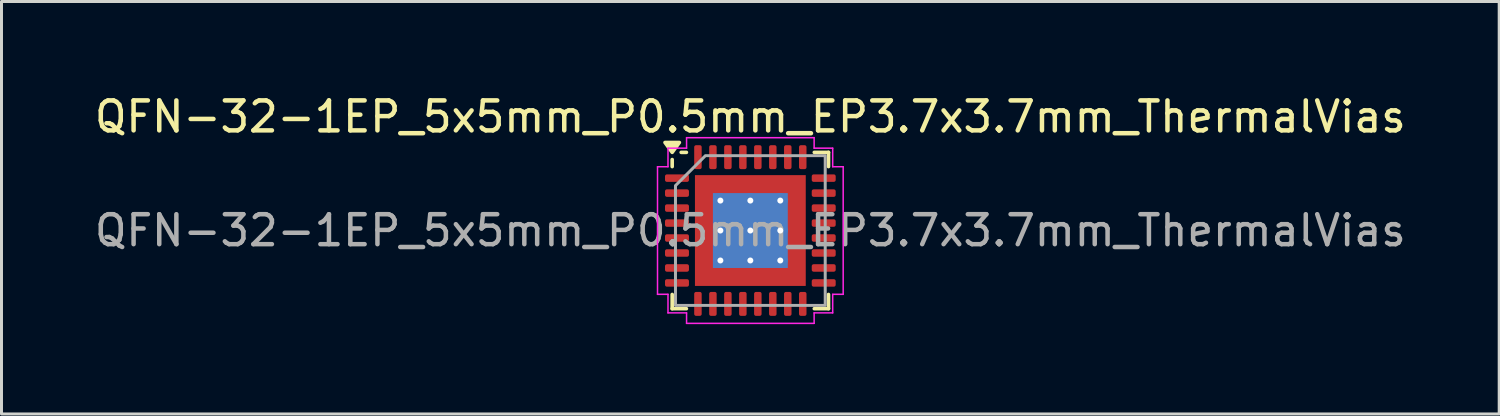
<source format=kicad_pcb>
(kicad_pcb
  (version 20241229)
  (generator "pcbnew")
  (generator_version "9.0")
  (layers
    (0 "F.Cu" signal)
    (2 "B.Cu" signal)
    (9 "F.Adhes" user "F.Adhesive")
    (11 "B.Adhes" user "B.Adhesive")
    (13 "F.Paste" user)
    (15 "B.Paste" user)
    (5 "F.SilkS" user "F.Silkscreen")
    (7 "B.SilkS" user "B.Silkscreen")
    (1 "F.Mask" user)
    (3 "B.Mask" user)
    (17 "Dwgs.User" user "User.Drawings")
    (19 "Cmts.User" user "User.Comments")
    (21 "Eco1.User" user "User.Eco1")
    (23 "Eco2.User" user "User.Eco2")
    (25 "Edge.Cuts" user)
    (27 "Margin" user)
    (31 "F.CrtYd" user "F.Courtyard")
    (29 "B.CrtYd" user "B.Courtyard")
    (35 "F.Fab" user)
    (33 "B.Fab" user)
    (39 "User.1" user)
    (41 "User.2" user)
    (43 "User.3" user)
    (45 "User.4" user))
  (footprint "QFN-32-1EP_5x5mm_P0.5mm_EP3.7x3.7mm_ThermalVias"
    (layer "F.Cu")
    (at 22.006 4.648)
    (property "Reference" "QFN-32-1EP_5x5mm_P0.5mm_EP3.7x3.7mm_ThermalVias" (at 0 -3.8 0) (layer "F.SilkS") (effects (font (size 1 1) (thickness 0.15))))
    (attr smd)
    (fp_line (start -2.61 -2.135) (end -2.61 -2.37) (stroke (width 0.12) (type solid)) (layer "F.SilkS"))
    (fp_line (start -2.61 2.61) (end -2.61 2.135) (stroke (width 0.12) (type solid)) (layer "F.SilkS"))
    (fp_line (start -2.135 -2.61) (end -2.31 -2.61) (stroke (width 0.12) (type solid)) (layer "F.SilkS"))
    (fp_line (start -2.135 2.61) (end -2.61 2.61) (stroke (width 0.12) (type solid)) (layer "F.SilkS"))
    (fp_line (start 2.135 -2.61) (end 2.61 -2.61) (stroke (width 0.12) (type solid)) (layer "F.SilkS"))
    (fp_line (start 2.135 2.61) (end 2.61 2.61) (stroke (width 0.12) (type solid)) (layer "F.SilkS"))
    (fp_line (start 2.61 -2.61) (end 2.61 -2.135) (stroke (width 0.12) (type solid)) (layer "F.SilkS"))
    (fp_line (start 2.61 2.61) (end 2.61 2.135) (stroke (width 0.12) (type solid)) (layer "F.SilkS"))
    (fp_poly (pts (xy -2.61 -2.61) (xy -2.85 -2.94) (xy -2.37 -2.94)) (stroke (width 0.12) (type solid)) (fill yes) (layer "F.SilkS"))
    (fp_line (start -3.1 -2.13) (end -2.75 -2.13) (stroke (width 0.05) (type solid)) (layer "F.CrtYd"))
    (fp_line (start -3.1 2.13) (end -3.1 -2.13) (stroke (width 0.05) (type solid)) (layer "F.CrtYd"))
    (fp_line (start -2.75 -2.75) (end -2.13 -2.75) (stroke (width 0.05) (type solid)) (layer "F.CrtYd"))
    (fp_line (start -2.75 -2.13) (end -2.75 -2.75) (stroke (width 0.05) (type solid)) (layer "F.CrtYd"))
    (fp_line (start -2.75 2.13) (end -3.1 2.13) (stroke (width 0.05) (type solid)) (layer "F.CrtYd"))
    (fp_line (start -2.75 2.75) (end -2.75 2.13) (stroke (width 0.05) (type solid)) (layer "F.CrtYd"))
    (fp_line (start -2.13 -3.1) (end 2.13 -3.1) (stroke (width 0.05) (type solid)) (layer "F.CrtYd"))
    (fp_line (start -2.13 -2.75) (end -2.13 -3.1) (stroke (width 0.05) (type solid)) (layer "F.CrtYd"))
    (fp_line (start -2.13 2.75) (end -2.75 2.75) (stroke (width 0.05) (type solid)) (layer "F.CrtYd"))
    (fp_line (start -2.13 3.1) (end -2.13 2.75) (stroke (width 0.05) (type solid)) (layer "F.CrtYd"))
    (fp_line (start 2.13 -3.1) (end 2.13 -2.75) (stroke (width 0.05) (type solid)) (layer "F.CrtYd"))
    (fp_line (start 2.13 -2.75) (end 2.75 -2.75) (stroke (width 0.05) (type solid)) (layer "F.CrtYd"))
    (fp_line (start 2.13 2.75) (end 2.13 3.1) (stroke (width 0.05) (type solid)) (layer "F.CrtYd"))
    (fp_line (start 2.13 3.1) (end -2.13 3.1) (stroke (width 0.05) (type solid)) (layer "F.CrtYd"))
    (fp_line (start 2.75 -2.75) (end 2.75 -2.13) (stroke (width 0.05) (type solid)) (layer "F.CrtYd"))
    (fp_line (start 2.75 -2.13) (end 3.1 -2.13) (stroke (width 0.05) (type solid)) (layer "F.CrtYd"))
    (fp_line (start 2.75 2.13) (end 2.75 2.75) (stroke (width 0.05) (type solid)) (layer "F.CrtYd"))
    (fp_line (start 2.75 2.75) (end 2.13 2.75) (stroke (width 0.05) (type solid)) (layer "F.CrtYd"))
    (fp_line (start 3.1 -2.13) (end 3.1 2.13) (stroke (width 0.05) (type solid)) (layer "F.CrtYd"))
    (fp_line (start 3.1 2.13) (end 2.75 2.13) (stroke (width 0.05) (type solid)) (layer "F.CrtYd"))
    (fp_poly (pts (xy -2.5 -1.5) (xy -2.5 2.5) (xy 2.5 2.5) (xy 2.5 -2.5) (xy -1.5 -2.5)) (stroke (width 0.1) (type solid)) (fill no) (layer "F.Fab"))
    (fp_text user "${REFERENCE}" (at 0 0 0) (layer "F.Fab") (effects (font (size 1 1) (thickness 0.15))))
    (pad "" smd roundrect (at -0.925 -0.925) (size 1.49 1.49) (layers "F.Paste") (roundrect_rratio 0.168))
    (pad "" smd roundrect (at -0.925 0.925) (size 1.49 1.49) (layers "F.Paste") (roundrect_rratio 0.168))
    (pad "" smd roundrect (at 0.925 -0.925) (size 1.49 1.49) (layers "F.Paste") (roundrect_rratio 0.168))
    (pad "" smd roundrect (at 0.925 0.925) (size 1.49 1.49) (layers "F.Paste") (roundrect_rratio 0.168))
    (pad "1" smd roundrect (at -2.45 -1.75) (size 0.8 0.25) (layers "F.Cu" "F.Mask" "F.Paste") (roundrect_rratio 0.25))
    (pad "2" smd roundrect (at -2.45 -1.25) (size 0.8 0.25) (layers "F.Cu" "F.Mask" "F.Paste") (roundrect_rratio 0.25))
    (pad "3" smd roundrect (at -2.45 -0.75) (size 0.8 0.25) (layers "F.Cu" "F.Mask" "F.Paste") (roundrect_rratio 0.25))
    (pad "4" smd roundrect (at -2.45 -0.25) (size 0.8 0.25) (layers "F.Cu" "F.Mask" "F.Paste") (roundrect_rratio 0.25))
    (pad "5" smd roundrect (at -2.45 0.25) (size 0.8 0.25) (layers "F.Cu" "F.Mask" "F.Paste") (roundrect_rratio 0.25))
    (pad "6" smd roundrect (at -2.45 0.75) (size 0.8 0.25) (layers "F.Cu" "F.Mask" "F.Paste") (roundrect_rratio 0.25))
    (pad "7" smd roundrect (at -2.45 1.25) (size 0.8 0.25) (layers "F.Cu" "F.Mask" "F.Paste") (roundrect_rratio 0.25))
    (pad "8" smd roundrect (at -2.45 1.75) (size 0.8 0.25) (layers "F.Cu" "F.Mask" "F.Paste") (roundrect_rratio 0.25))
    (pad "9" smd roundrect (at -1.75 2.45) (size 0.25 0.8) (layers "F.Cu" "F.Mask" "F.Paste") (roundrect_rratio 0.25))
    (pad "10" smd roundrect (at -1.25 2.45) (size 0.25 0.8) (layers "F.Cu" "F.Mask" "F.Paste") (roundrect_rratio 0.25))
    (pad "11" smd roundrect (at -0.75 2.45) (size 0.25 0.8) (layers "F.Cu" "F.Mask" "F.Paste") (roundrect_rratio 0.25))
    (pad "12" smd roundrect (at -0.25 2.45) (size 0.25 0.8) (layers "F.Cu" "F.Mask" "F.Paste") (roundrect_rratio 0.25))
    (pad "13" smd roundrect (at 0.25 2.45) (size 0.25 0.8) (layers "F.Cu" "F.Mask" "F.Paste") (roundrect_rratio 0.25))
    (pad "14" smd roundrect (at 0.75 2.45) (size 0.25 0.8) (layers "F.Cu" "F.Mask" "F.Paste") (roundrect_rratio 0.25))
    (pad "15" smd roundrect (at 1.25 2.45) (size 0.25 0.8) (layers "F.Cu" "F.Mask" "F.Paste") (roundrect_rratio 0.25))
    (pad "16" smd roundrect (at 1.75 2.45) (size 0.25 0.8) (layers "F.Cu" "F.Mask" "F.Paste") (roundrect_rratio 0.25))
    (pad "17" smd roundrect (at 2.45 1.75) (size 0.8 0.25) (layers "F.Cu" "F.Mask" "F.Paste") (roundrect_rratio 0.25))
    (pad "18" smd roundrect (at 2.45 1.25) (size 0.8 0.25) (layers "F.Cu" "F.Mask" "F.Paste") (roundrect_rratio 0.25))
    (pad "19" smd roundrect (at 2.45 0.75) (size 0.8 0.25) (layers "F.Cu" "F.Mask" "F.Paste") (roundrect_rratio 0.25))
    (pad "20" smd roundrect (at 2.45 0.25) (size 0.8 0.25) (layers "F.Cu" "F.Mask" "F.Paste") (roundrect_rratio 0.25))
    (pad "21" smd roundrect (at 2.45 -0.25) (size 0.8 0.25) (layers "F.Cu" "F.Mask" "F.Paste") (roundrect_rratio 0.25))
    (pad "22" smd roundrect (at 2.45 -0.75) (size 0.8 0.25) (layers "F.Cu" "F.Mask" "F.Paste") (roundrect_rratio 0.25))
    (pad "23" smd roundrect (at 2.45 -1.25) (size 0.8 0.25) (layers "F.Cu" "F.Mask" "F.Paste") (roundrect_rratio 0.25))
    (pad "24" smd roundrect (at 2.45 -1.75) (size 0.8 0.25) (layers "F.Cu" "F.Mask" "F.Paste") (roundrect_rratio 0.25))
    (pad "25" smd roundrect (at 1.75 -2.45) (size 0.25 0.8) (layers "F.Cu" "F.Mask" "F.Paste") (roundrect_rratio 0.25))
    (pad "26" smd roundrect (at 1.25 -2.45) (size 0.25 0.8) (layers "F.Cu" "F.Mask" "F.Paste") (roundrect_rratio 0.25))
    (pad "27" smd roundrect (at 0.75 -2.45) (size 0.25 0.8) (layers "F.Cu" "F.Mask" "F.Paste") (roundrect_rratio 0.25))
    (pad "28" smd roundrect (at 0.25 -2.45) (size 0.25 0.8) (layers "F.Cu" "F.Mask" "F.Paste") (roundrect_rratio 0.25))
    (pad "29" smd roundrect (at -0.25 -2.45) (size 0.25 0.8) (layers "F.Cu" "F.Mask" "F.Paste") (roundrect_rratio 0.25))
    (pad "30" smd roundrect (at -0.75 -2.45) (size 0.25 0.8) (layers "F.Cu" "F.Mask" "F.Paste") (roundrect_rratio 0.25))
    (pad "31" smd roundrect (at -1.25 -2.45) (size 0.25 0.8) (layers "F.Cu" "F.Mask" "F.Paste") (roundrect_rratio 0.25))
    (pad "32" smd roundrect (at -1.75 -2.45) (size 0.25 0.8) (layers "F.Cu" "F.Mask" "F.Paste") (roundrect_rratio 0.25))
    (pad "33" thru_hole circle (at -1 -1) (size 0.5 0.5) (drill 0.2) (property pad_prop_heatsink) (layers "*.Cu"))
    (pad "33" thru_hole circle (at -1 0) (size 0.5 0.5) (drill 0.2) (property pad_prop_heatsink) (layers "*.Cu"))
    (pad "33" thru_hole circle (at -1 1) (size 0.5 0.5) (drill 0.2) (property pad_prop_heatsink) (layers "*.Cu"))
    (pad "33" thru_hole circle (at 0 -1) (size 0.5 0.5) (drill 0.2) (property pad_prop_heatsink) (layers "*.Cu"))
    (pad "33" thru_hole circle (at 0 0) (size 0.5 0.5) (drill 0.2) (property pad_prop_heatsink) (layers "*.Cu"))
    (pad "33" smd rect (at 0 0) (size 2.5 2.5) (property pad_prop_heatsink) (layers "B.Cu"))
    (pad "33" smd rect (at 0 0) (size 3.7 3.7) (property pad_prop_heatsink) (layers "F.Cu" "F.Mask"))
    (pad "33" thru_hole circle (at 0 1) (size 0.5 0.5) (drill 0.2) (property pad_prop_heatsink) (layers "*.Cu"))
    (pad "33" thru_hole circle (at 1 -1) (size 0.5 0.5) (drill 0.2) (property pad_prop_heatsink) (layers "*.Cu"))
    (pad "33" thru_hole circle (at 1 0) (size 0.5 0.5) (drill 0.2) (property pad_prop_heatsink) (layers "*.Cu"))
    (pad "33" thru_hole circle (at 1 1) (size 0.5 0.5) (drill 0.2) (property pad_prop_heatsink) (layers "*.Cu")))
  (gr_rect
    (start -3 -3)
    (end 47.012 10.773)
    (stroke (width 0.1) (type default))
    (fill no)
    (layer "Edge.Cuts")))
</source>
